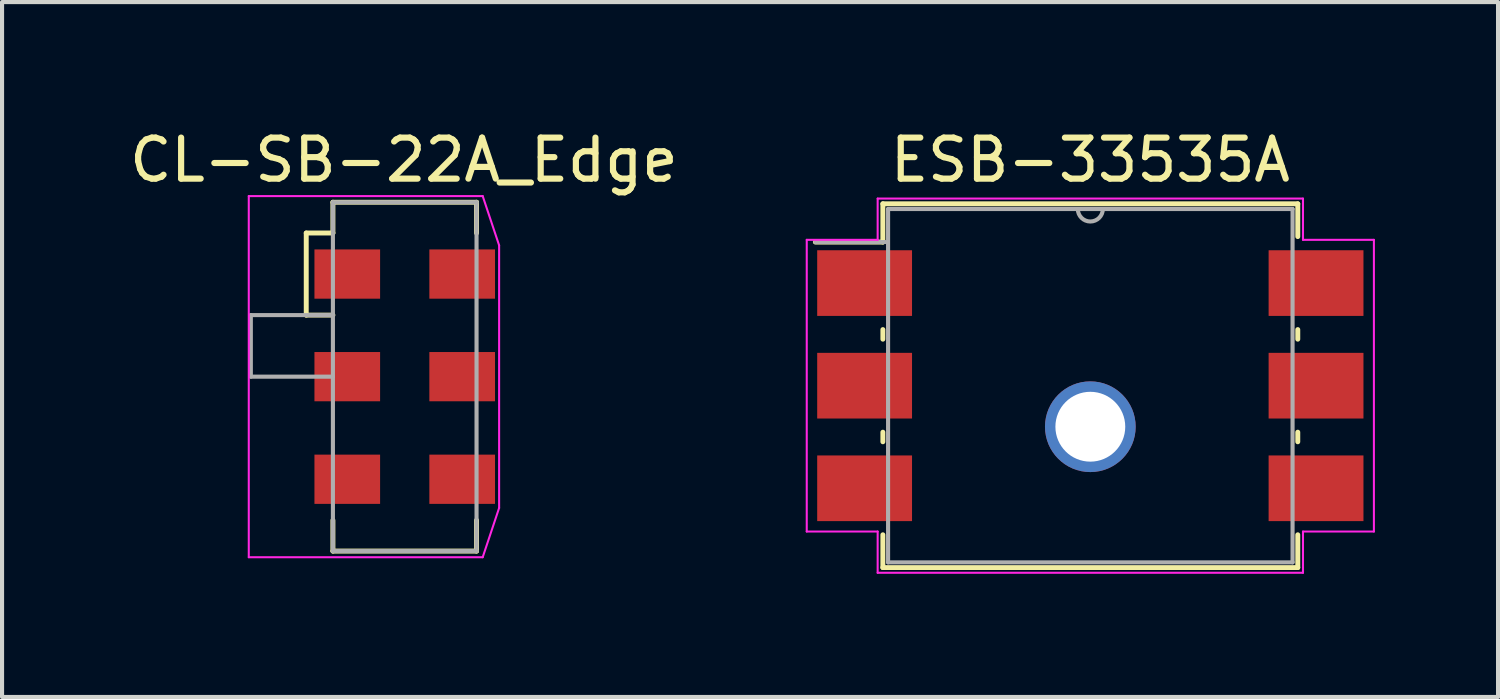
<source format=kicad_pcb>
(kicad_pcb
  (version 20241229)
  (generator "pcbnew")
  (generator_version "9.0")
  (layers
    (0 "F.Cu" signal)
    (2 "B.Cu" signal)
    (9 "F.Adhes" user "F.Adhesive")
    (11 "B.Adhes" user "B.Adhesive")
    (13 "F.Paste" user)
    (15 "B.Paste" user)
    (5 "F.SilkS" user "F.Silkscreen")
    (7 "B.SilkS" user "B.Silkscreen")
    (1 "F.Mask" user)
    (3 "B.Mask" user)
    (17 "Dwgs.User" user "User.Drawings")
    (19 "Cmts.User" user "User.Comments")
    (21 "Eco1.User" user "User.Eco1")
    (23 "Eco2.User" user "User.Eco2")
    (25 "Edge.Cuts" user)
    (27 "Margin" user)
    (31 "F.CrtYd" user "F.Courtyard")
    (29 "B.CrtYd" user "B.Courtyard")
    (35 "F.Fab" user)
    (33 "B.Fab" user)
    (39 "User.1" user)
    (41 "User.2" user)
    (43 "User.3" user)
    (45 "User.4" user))
  (footprint "ESB-33535A"
    (layer "F.Cu")
    (at 23.518 6.348)
    (property "Reference" "ESB-33535A" (at 0 -5.5 0) (layer "F.SilkS") (effects (font (size 1 1) (thickness 0.15))))
    (attr smd)
    (fp_line (start -6.7 -3.5) (end -5.055 -3.5) (stroke (width 0.12) (type solid)) (layer "F.SilkS"))
    (fp_line (start -5.055 -4.432) (end -5.055 -3.5) (stroke (width 0.12) (type solid)) (layer "F.SilkS"))
    (fp_line (start -5.055 -1.367) (end -5.055 -1.133) (stroke (width 0.12) (type solid)) (layer "F.SilkS"))
    (fp_line (start -5.055 1.133) (end -5.055 1.367) (stroke (width 0.12) (type solid)) (layer "F.SilkS"))
    (fp_line (start -5.055 3.633) (end -5.055 4.432) (stroke (width 0.12) (type solid)) (layer "F.SilkS"))
    (fp_line (start -5.055 4.432) (end 5.055 4.432) (stroke (width 0.12) (type solid)) (layer "F.SilkS"))
    (fp_line (start 5.055 -4.432) (end -5.055 -4.432) (stroke (width 0.12) (type solid)) (layer "F.SilkS"))
    (fp_line (start 5.055 -3.633) (end 5.055 -4.432) (stroke (width 0.12) (type solid)) (layer "F.SilkS"))
    (fp_line (start 5.055 -1.133) (end 5.055 -1.367) (stroke (width 0.12) (type solid)) (layer "F.SilkS"))
    (fp_line (start 5.055 1.367) (end 5.055 1.133) (stroke (width 0.12) (type solid)) (layer "F.SilkS"))
    (fp_line (start 5.055 4.432) (end 5.055 3.633) (stroke (width 0.12) (type solid)) (layer "F.SilkS"))
    (fp_line (start -6.91 -3.554) (end -5.182 -3.554) (stroke (width 0.05) (type solid)) (layer "F.CrtYd"))
    (fp_line (start -6.91 3.554) (end -6.91 -3.554) (stroke (width 0.05) (type solid)) (layer "F.CrtYd"))
    (fp_line (start -5.182 -4.559) (end 5.182 -4.559) (stroke (width 0.05) (type solid)) (layer "F.CrtYd"))
    (fp_line (start -5.182 -3.554) (end -5.182 -4.559) (stroke (width 0.05) (type solid)) (layer "F.CrtYd"))
    (fp_line (start -5.182 3.554) (end -6.91 3.554) (stroke (width 0.05) (type solid)) (layer "F.CrtYd"))
    (fp_line (start -5.182 4.559) (end -5.182 3.554) (stroke (width 0.05) (type solid)) (layer "F.CrtYd"))
    (fp_line (start 5.182 -4.559) (end 5.182 -3.554) (stroke (width 0.05) (type solid)) (layer "F.CrtYd"))
    (fp_line (start 5.182 -3.554) (end 6.91 -3.554) (stroke (width 0.05) (type solid)) (layer "F.CrtYd"))
    (fp_line (start 5.182 3.554) (end 5.182 4.559) (stroke (width 0.05) (type solid)) (layer "F.CrtYd"))
    (fp_line (start 5.182 4.559) (end -5.182 4.559) (stroke (width 0.05) (type solid)) (layer "F.CrtYd"))
    (fp_line (start 6.91 -3.554) (end 6.91 3.554) (stroke (width 0.05) (type solid)) (layer "F.CrtYd"))
    (fp_line (start 6.91 3.554) (end 5.182 3.554) (stroke (width 0.05) (type solid)) (layer "F.CrtYd"))
    (fp_line (start -5 -3.5) (end -6.7 -3.5) (stroke (width 0.1) (type solid)) (layer "F.Fab"))
    (fp_line (start -4.928 -4.305) (end -4.928 4.305) (stroke (width 0.1) (type solid)) (layer "F.Fab"))
    (fp_line (start -4.928 4.305) (end 4.928 4.305) (stroke (width 0.1) (type solid)) (layer "F.Fab"))
    (fp_line (start 4.928 -4.305) (end -4.928 -4.305) (stroke (width 0.1) (type solid)) (layer "F.Fab"))
    (fp_line (start 4.928 4.305) (end 4.928 -4.305) (stroke (width 0.1) (type solid)) (layer "F.Fab"))
    (fp_arc (start 0.3048 -4.3053) (mid 0 -4.0005) (end -0.3048 -4.3053) (stroke (width 0.1) (type solid)) (layer "F.Fab"))
    (pad "1" smd rect (at -5.5 -2.5) (size 2.311 1.6) (layers "F.Cu" "F.Mask" "F.Paste"))
    (pad "2" smd rect (at -5.5 0) (size 2.311 1.6) (layers "F.Cu" "F.Mask" "F.Paste"))
    (pad "3" smd rect (at -5.5 2.5) (size 2.311 1.6) (layers "F.Cu" "F.Mask" "F.Paste"))
    (pad "4" smd rect (at 5.5 -2.5) (size 2.311 1.6) (layers "F.Cu" "F.Mask" "F.Paste"))
    (pad "5" smd rect (at 5.5 0) (size 2.311 1.6) (layers "F.Cu" "F.Mask" "F.Paste"))
    (pad "6" smd rect (at 5.5 2.5) (size 2.311 1.6) (layers "F.Cu" "F.Mask" "F.Paste"))
    (pad "7" thru_hole circle (at 0 1) (size 2.21 2.21) (drill 1.702) (layers "*.Cu" "*.Mask")))
  (footprint "CL-SB-22A_Edge"
    (layer "F.Cu")
    (at 6.812 6.128)
    (property "Reference" "CL-SB-22A_Edge" (at -0.02 -5.28 0) (layer "F.SilkS") (effects (font (size 1 1) (thickness 0.15))))
    (attr smd)
    (fp_line (start -2.4 -3.5) (end -2.4 -1.5) (stroke (width 0.12) (type solid)) (layer "F.SilkS"))
    (fp_line (start -1.75 -4.25) (end -1.75 -3.5) (stroke (width 0.12) (type solid)) (layer "F.SilkS"))
    (fp_line (start -1.75 -3.5) (end -2.4 -3.5) (stroke (width 0.12) (type solid)) (layer "F.SilkS"))
    (fp_line (start -1.75 -1.5) (end -2.4 -1.5) (stroke (width 0.12) (type solid)) (layer "F.SilkS"))
    (fp_line (start -1.75 4.25) (end -1.75 3.5) (stroke (width 0.12) (type solid)) (layer "F.SilkS"))
    (fp_line (start 1.75 -4.25) (end -1.75 -4.25) (stroke (width 0.12) (type solid)) (layer "F.SilkS"))
    (fp_line (start 1.75 -3.5) (end 1.75 -4.25) (stroke (width 0.12) (type solid)) (layer "F.SilkS"))
    (fp_line (start 1.75 3.5) (end 1.75 4.25) (stroke (width 0.12) (type solid)) (layer "F.SilkS"))
    (fp_line (start 1.75 4.25) (end -1.75 4.25) (stroke (width 0.12) (type solid)) (layer "F.SilkS"))
    (fp_line (start -3.8 -4.4) (end 1.9 -4.4) (stroke (width 0.05) (type solid)) (layer "F.CrtYd"))
    (fp_line (start -3.8 4.4) (end -3.8 -4.4) (stroke (width 0.05) (type solid)) (layer "F.CrtYd"))
    (fp_line (start 1.9 -4.4) (end 2.3 -3.2) (stroke (width 0.05) (type solid)) (layer "F.CrtYd"))
    (fp_line (start 1.9 4.4) (end -3.8 4.4) (stroke (width 0.05) (type solid)) (layer "F.CrtYd"))
    (fp_line (start 1.9 4.4) (end 2.3 3.2) (stroke (width 0.05) (type solid)) (layer "F.CrtYd"))
    (fp_line (start 2.3 -3.2) (end 2.3 3.2) (stroke (width 0.05) (type solid)) (layer "F.CrtYd"))
    (fp_line (start -3.75 -1.5) (end -1.75 -1.5) (stroke (width 0.1) (type solid)) (layer "F.Fab"))
    (fp_line (start -3.75 0) (end -3.75 -1.5) (stroke (width 0.1) (type solid)) (layer "F.Fab"))
    (fp_line (start -1.75 -4.25) (end 1.75 -4.25) (stroke (width 0.1) (type solid)) (layer "F.Fab"))
    (fp_line (start -1.75 0) (end -3.75 0) (stroke (width 0.1) (type solid)) (layer "F.Fab"))
    (fp_line (start -1.75 4.25) (end -1.75 -4.25) (stroke (width 0.1) (type solid)) (layer "F.Fab"))
    (fp_line (start 1.75 -4.25) (end 1.75 4.25) (stroke (width 0.1) (type solid)) (layer "F.Fab"))
    (fp_line (start 1.75 4.25) (end -1.75 4.25) (stroke (width 0.1) (type solid)) (layer "F.Fab"))
    (pad "1" smd rect (at -1.4 -2.5 270) (size 1.2 1.6) (layers "F.Cu" "F.Mask" "F.Paste"))
    (pad "2" smd rect (at -1.4 0 270) (size 1.2 1.6) (layers "F.Cu" "F.Mask" "F.Paste"))
    (pad "3" smd rect (at -1.4 2.5 270) (size 1.2 1.6) (layers "F.Cu" "F.Mask" "F.Paste"))
    (pad "4" smd rect (at 1.4 -2.5 270) (size 1.2 1.6) (layers "F.Cu" "F.Mask" "F.Paste"))
    (pad "5" smd rect (at 1.4 0 270) (size 1.2 1.6) (layers "F.Cu" "F.Mask" "F.Paste"))
    (pad "6" smd rect (at 1.4 2.5 270) (size 1.2 1.6) (layers "F.Cu" "F.Mask" "F.Paste")))
  (gr_rect
    (start -3 -3)
    (end 33.453 13.933)
    (stroke (width 0.1) (type default))
    (fill no)
    (layer "Edge.Cuts")))
</source>
